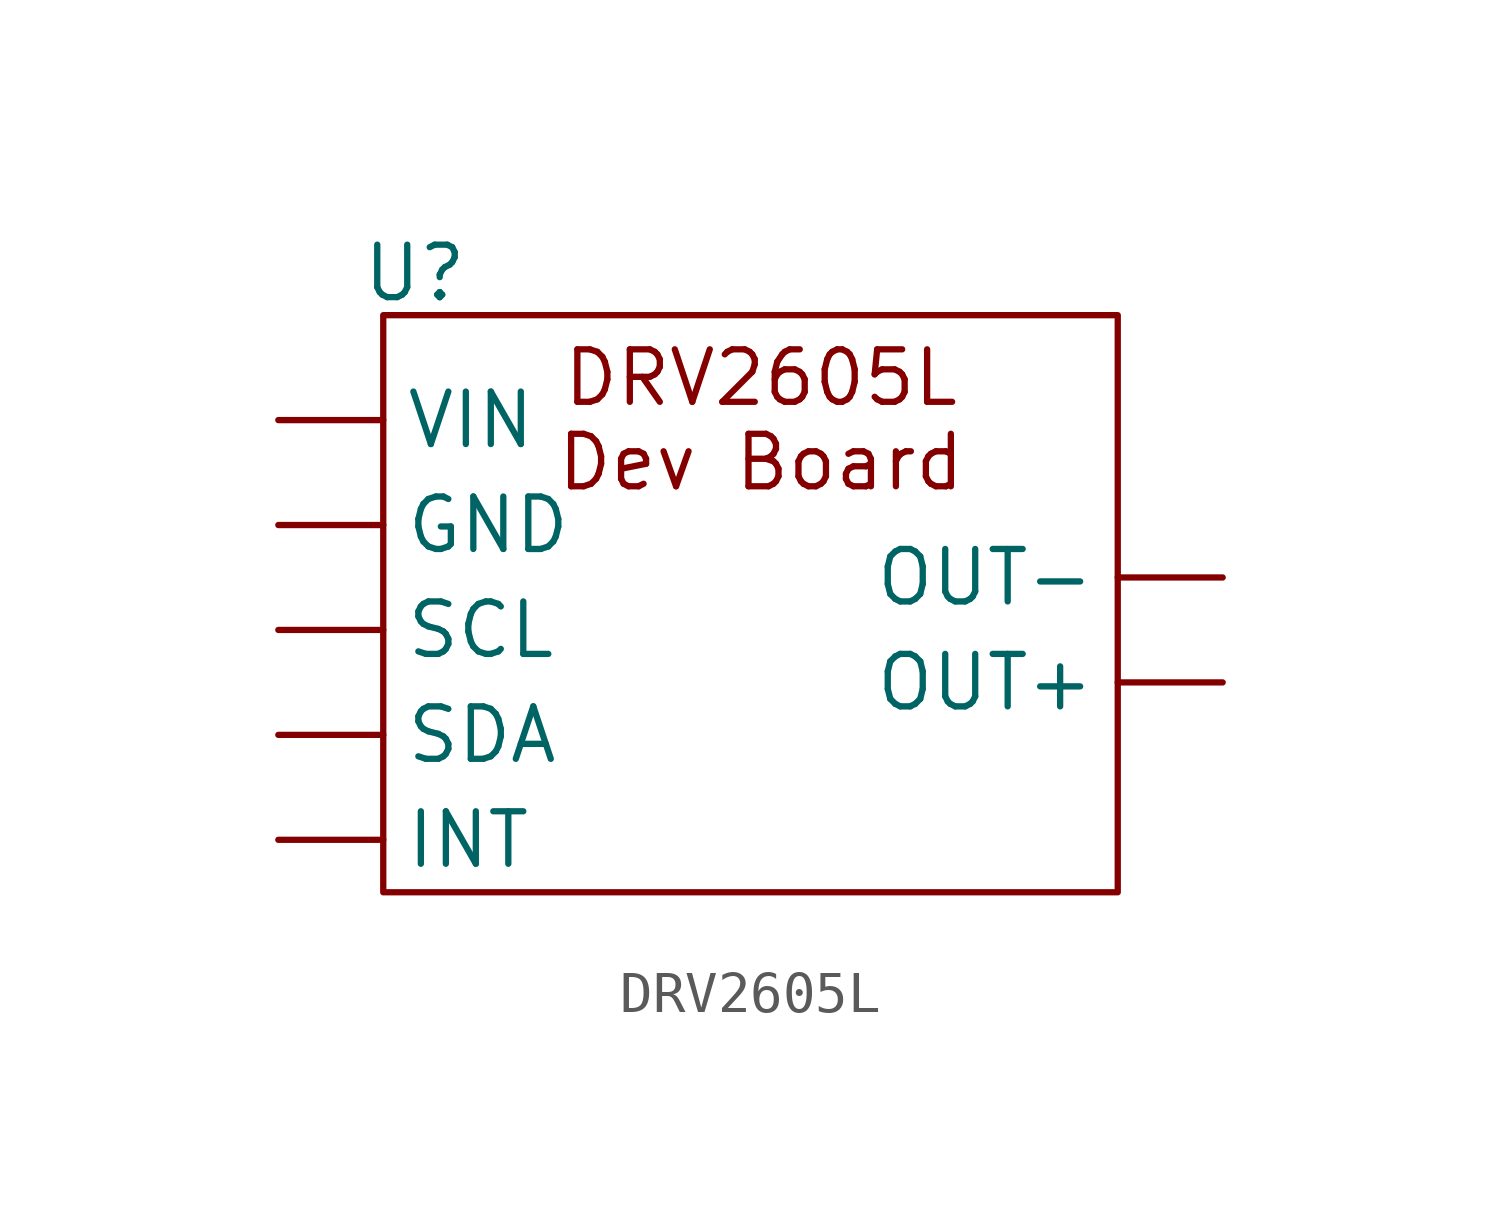
<source format=kicad_sym>
(kicad_symbol_lib
  (version 20231120)
  (generator "kicad_symbol_editor")
  (generator_version "8.0")
  (symbol "DRV2605L"
    (property "Reference" "U"
      (at -8.128 4.826 0)
      (effects (font (size 1.27 1.27))))
    (property "Value" ""
      (at 0 0 0)
      (effects (font (size 1.27 1.27))))
    (symbol "DRV2605L_0_1"
      (rectangle (start -8.89 3.81) (end 8.89 -10.16) (stroke (width 0) (type default)) (fill (type none))))
    (symbol "DRV2605L_1_1"
      (text "DRV2605L\nDev Board" (at 0.254 1.27 0) (effects (font (size 1.27 1.27))))
      (pin power_in line (at -11.43 -1.27 0) (length 2.54) (name "GND" (effects (font (size 1.27 1.27)))) (number "" (effects (font (size 1.27 1.27)))))
      (pin input line (at -11.43 -8.89 0) (length 2.54) (name "INT" (effects (font (size 1.27 1.27)))) (number "" (effects (font (size 1.27 1.27)))))
      (pin output line (at 11.43 -5.08 180) (length 2.54) (name "OUT+" (effects (font (size 1.27 1.27)))) (number "" (effects (font (size 1.27 1.27)))))
      (pin output line (at 11.43 -2.54 180) (length 2.54) (name "OUT-" (effects (font (size 1.27 1.27)))) (number "" (effects (font (size 1.27 1.27)))))
      (pin input line (at -11.43 -3.81 0) (length 2.54) (name "SCL" (effects (font (size 1.27 1.27)))) (number "" (effects (font (size 1.27 1.27)))))
      (pin input line (at -11.43 -6.35 0) (length 2.54) (name "SDA" (effects (font (size 1.27 1.27)))) (number "" (effects (font (size 1.27 1.27)))))
      (pin power_in line (at -11.43 1.27 0) (length 2.54) (name "VIN" (effects (font (size 1.27 1.27)))) (number "" (effects (font (size 1.27 1.27))))))))
</source>
